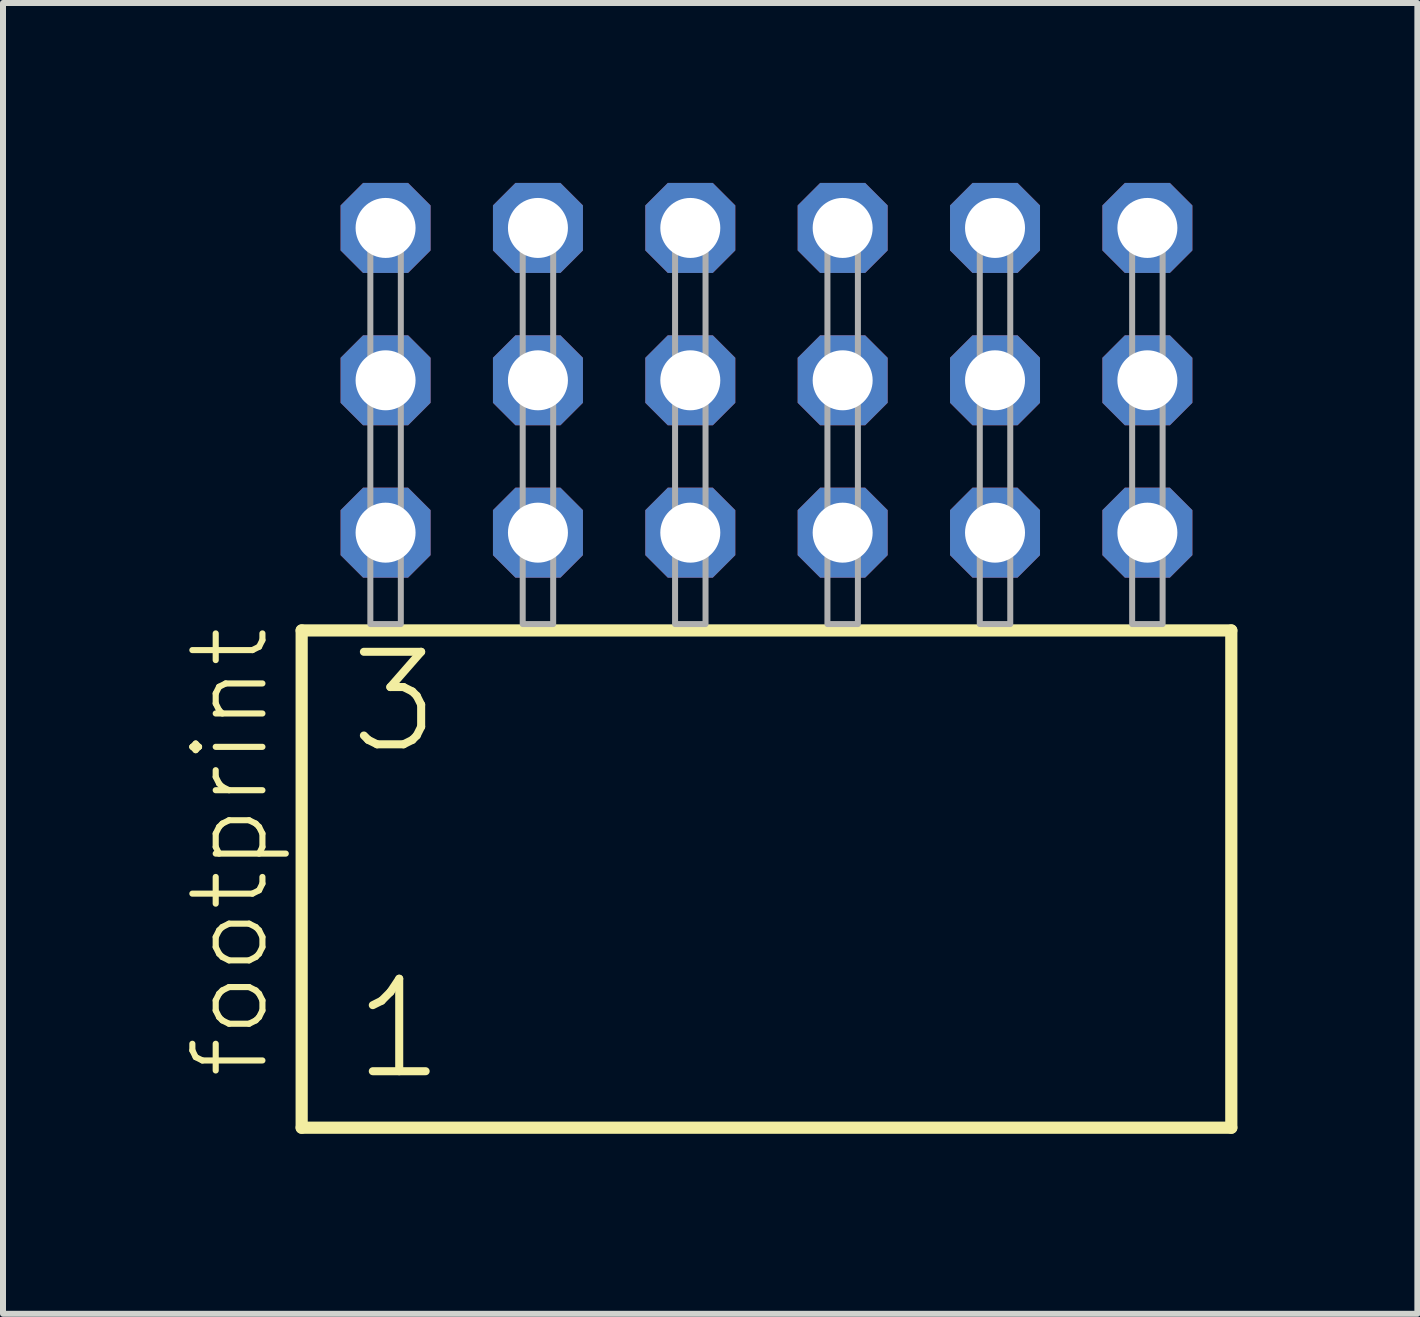
<source format=kicad_pcb>
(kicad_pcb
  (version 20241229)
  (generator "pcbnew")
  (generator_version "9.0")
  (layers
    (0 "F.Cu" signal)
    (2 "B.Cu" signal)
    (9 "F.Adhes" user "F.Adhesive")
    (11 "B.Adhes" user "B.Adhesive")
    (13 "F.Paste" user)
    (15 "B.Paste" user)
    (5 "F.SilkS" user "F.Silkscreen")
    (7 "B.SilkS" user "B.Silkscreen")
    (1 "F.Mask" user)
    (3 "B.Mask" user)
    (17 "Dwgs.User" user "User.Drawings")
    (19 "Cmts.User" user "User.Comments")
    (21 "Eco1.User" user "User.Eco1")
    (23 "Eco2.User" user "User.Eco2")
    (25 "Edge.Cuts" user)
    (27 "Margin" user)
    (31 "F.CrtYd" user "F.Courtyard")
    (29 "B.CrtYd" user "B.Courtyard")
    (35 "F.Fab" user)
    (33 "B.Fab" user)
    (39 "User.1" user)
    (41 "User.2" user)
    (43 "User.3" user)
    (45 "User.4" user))
  (footprint "footprint"
    (layer "F.Cu")
    (at 9.728 7.354)
    (property "Reference" "footprint" (at -8.255 7.62 90) (layer "F.SilkS") (effects (font (size 1.168 1.168) (thickness 0.102)) (justify left bottom)))
    (fp_line (start -7.749 0.106) (end -7.749 8.396) (stroke (width 0.203) (type solid)) (layer "F.SilkS"))
    (fp_line (start -7.749 8.396) (end 7.749 8.396) (stroke (width 0.203) (type solid)) (layer "F.SilkS"))
    (fp_line (start 7.749 0.106) (end -7.749 0.106) (stroke (width 0.203) (type solid)) (layer "F.SilkS"))
    (fp_line (start 7.749 8.396) (end 7.749 0.106) (stroke (width 0.203) (type solid)) (layer "F.SilkS"))
    (fp_poly (pts (xy -6.604 0) (xy -6.096 0) (xy -6.096 -6.858) (xy -6.604 -6.858)) (stroke (width 0.1) (type solid)) (fill no) (layer "F.Fab"))
    (fp_poly (pts (xy -4.064 0) (xy -3.556 0) (xy -3.556 -6.858) (xy -4.064 -6.858)) (stroke (width 0.1) (type solid)) (fill no) (layer "F.Fab"))
    (fp_poly (pts (xy -1.524 0) (xy -1.016 0) (xy -1.016 -6.858) (xy -1.524 -6.858)) (stroke (width 0.1) (type solid)) (fill no) (layer "F.Fab"))
    (fp_poly (pts (xy 1.016 0) (xy 1.524 0) (xy 1.524 -6.858) (xy 1.016 -6.858)) (stroke (width 0.1) (type solid)) (fill no) (layer "F.Fab"))
    (fp_poly (pts (xy 3.556 0) (xy 4.064 0) (xy 4.064 -6.858) (xy 3.556 -6.858)) (stroke (width 0.1) (type solid)) (fill no) (layer "F.Fab"))
    (fp_poly (pts (xy 6.096 0) (xy 6.604 0) (xy 6.604 -6.858) (xy 6.096 -6.858)) (stroke (width 0.1) (type solid)) (fill no) (layer "F.Fab"))
    (fp_text user "1" (at -6.945 7.65 0) (layer "F.SilkS") (effects (font (size 1.542 1.542) (thickness 0.134)) (justify left bottom)))
    (fp_text user "3" (at -7.02 2.2 0) (layer "F.SilkS") (effects (font (size 1.542 1.542) (thickness 0.134)) (justify left bottom)))
    (pad "1" thru_hole roundrect (at -6.35 -1.524) (size 1.5 1.5) (drill 1) (layers "*.Cu" "*.Mask") (roundrect_rratio 0.25) (chamfer_ratio 0.25) (chamfer top_left top_right bottom_left bottom_right))
    (pad "2" thru_hole roundrect (at -6.35 -4.064) (size 1.5 1.5) (drill 1) (layers "*.Cu" "*.Mask") (roundrect_rratio 0.25) (chamfer_ratio 0.25) (chamfer top_left top_right bottom_left bottom_right))
    (pad "3" thru_hole roundrect (at -6.35 -6.604) (size 1.5 1.5) (drill 1) (layers "*.Cu" "*.Mask") (roundrect_rratio 0.25) (chamfer_ratio 0.25) (chamfer top_left top_right bottom_left bottom_right))
    (pad "4" thru_hole roundrect (at -3.81 -1.524) (size 1.5 1.5) (drill 1) (layers "*.Cu" "*.Mask") (roundrect_rratio 0.25) (chamfer_ratio 0.25) (chamfer top_left top_right bottom_left bottom_right))
    (pad "5" thru_hole roundrect (at -3.81 -4.064) (size 1.5 1.5) (drill 1) (layers "*.Cu" "*.Mask") (roundrect_rratio 0.25) (chamfer_ratio 0.25) (chamfer top_left top_right bottom_left bottom_right))
    (pad "6" thru_hole roundrect (at -3.81 -6.604) (size 1.5 1.5) (drill 1) (layers "*.Cu" "*.Mask") (roundrect_rratio 0.25) (chamfer_ratio 0.25) (chamfer top_left top_right bottom_left bottom_right))
    (pad "7" thru_hole roundrect (at -1.27 -1.524) (size 1.5 1.5) (drill 1) (layers "*.Cu" "*.Mask") (roundrect_rratio 0.25) (chamfer_ratio 0.25) (chamfer top_left top_right bottom_left bottom_right))
    (pad "8" thru_hole roundrect (at -1.27 -4.064) (size 1.5 1.5) (drill 1) (layers "*.Cu" "*.Mask") (roundrect_rratio 0.25) (chamfer_ratio 0.25) (chamfer top_left top_right bottom_left bottom_right))
    (pad "9" thru_hole roundrect (at -1.27 -6.604) (size 1.5 1.5) (drill 1) (layers "*.Cu" "*.Mask") (roundrect_rratio 0.25) (chamfer_ratio 0.25) (chamfer top_left top_right bottom_left bottom_right))
    (pad "10" thru_hole roundrect (at 1.27 -1.524) (size 1.5 1.5) (drill 1) (layers "*.Cu" "*.Mask") (roundrect_rratio 0.25) (chamfer_ratio 0.25) (chamfer top_left top_right bottom_left bottom_right))
    (pad "11" thru_hole roundrect (at 1.27 -4.064) (size 1.5 1.5) (drill 1) (layers "*.Cu" "*.Mask") (roundrect_rratio 0.25) (chamfer_ratio 0.25) (chamfer top_left top_right bottom_left bottom_right))
    (pad "12" thru_hole roundrect (at 1.27 -6.604) (size 1.5 1.5) (drill 1) (layers "*.Cu" "*.Mask") (roundrect_rratio 0.25) (chamfer_ratio 0.25) (chamfer top_left top_right bottom_left bottom_right))
    (pad "13" thru_hole roundrect (at 3.81 -1.524) (size 1.5 1.5) (drill 1) (layers "*.Cu" "*.Mask") (roundrect_rratio 0.25) (chamfer_ratio 0.25) (chamfer top_left top_right bottom_left bottom_right))
    (pad "14" thru_hole roundrect (at 3.81 -4.064) (size 1.5 1.5) (drill 1) (layers "*.Cu" "*.Mask") (roundrect_rratio 0.25) (chamfer_ratio 0.25) (chamfer top_left top_right bottom_left bottom_right))
    (pad "15" thru_hole roundrect (at 3.81 -6.604) (size 1.5 1.5) (drill 1) (layers "*.Cu" "*.Mask") (roundrect_rratio 0.25) (chamfer_ratio 0.25) (chamfer top_left top_right bottom_left bottom_right))
    (pad "16" thru_hole roundrect (at 6.35 -1.524) (size 1.5 1.5) (drill 1) (layers "*.Cu" "*.Mask") (roundrect_rratio 0.25) (chamfer_ratio 0.25) (chamfer top_left top_right bottom_left bottom_right))
    (pad "17" thru_hole roundrect (at 6.35 -4.064) (size 1.5 1.5) (drill 1) (layers "*.Cu" "*.Mask") (roundrect_rratio 0.25) (chamfer_ratio 0.25) (chamfer top_left top_right bottom_left bottom_right))
    (pad "18" thru_hole roundrect (at 6.35 -6.604) (size 1.5 1.5) (drill 1) (layers "*.Cu" "*.Mask") (roundrect_rratio 0.25) (chamfer_ratio 0.25) (chamfer top_left top_right bottom_left bottom_right)))
  (gr_rect
    (start -3 -3)
    (end 20.579 18.852)
    (stroke (width 0.1) (type default))
    (fill no)
    (layer "Edge.Cuts")))
</source>
